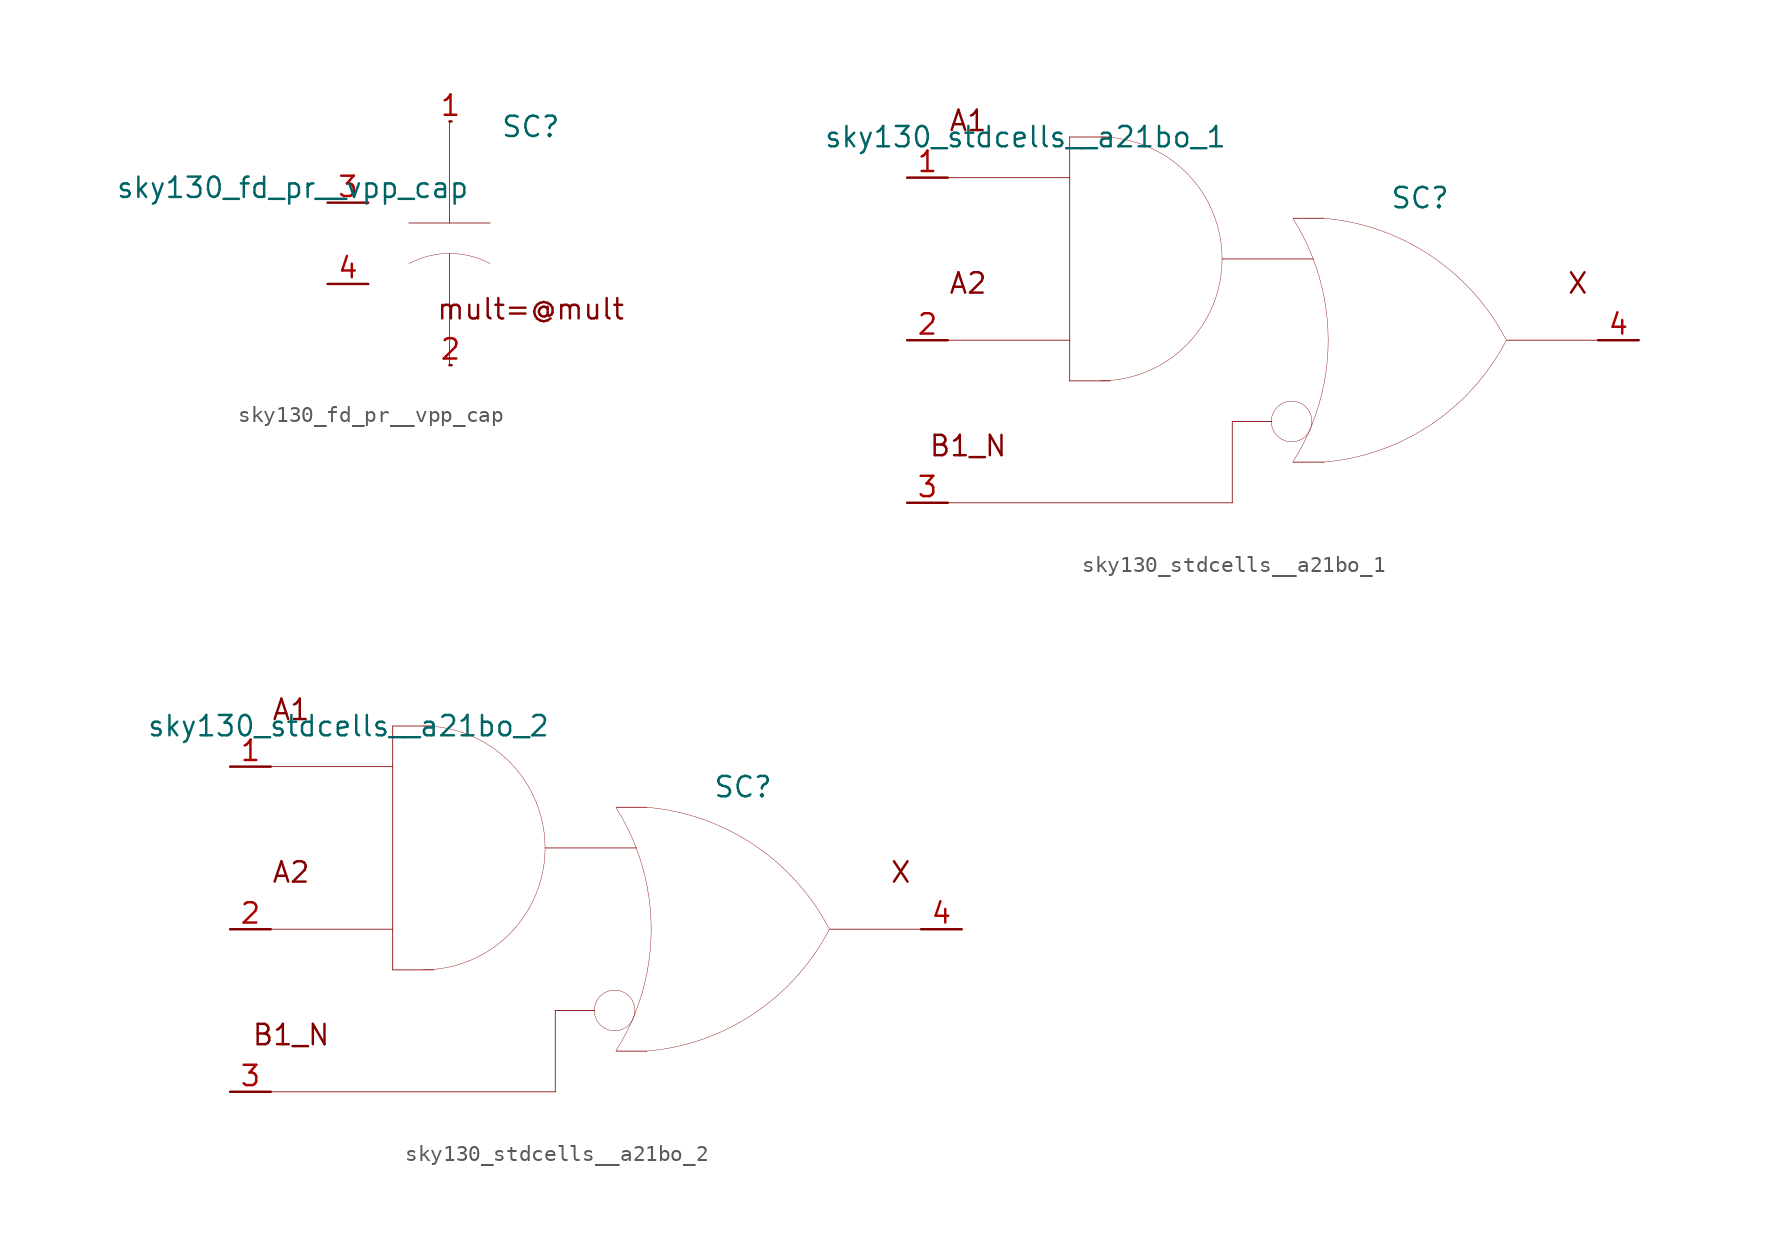
<source format=kicad_sym>
(kicad_symbol_lib
  (version 20211014)
  (generator kicad_symbol_editor)
  (symbol "sky130_fd_pr__vpp_cap"
    (pin_names hide)
    (property "Reference" "SC"
      (at 5.08 7.29 0)
      (effects (font (size 1.27 1.27))))
    (property "Value" "sky130_fd_pr__vpp_cap"
      (at 1.27 3.48 0)
      (effects (font (size 1.27 1.27)) (justify right)))
    (symbol "sky130_fd_pr__vpp_cap_0_0"
      (polyline (pts (xy -2.54 1.27) (xy 2.54 1.27)) (stroke (width 0.051) (type default) (color 0 0 0 0)) (fill (type none)))
      (polyline (pts (xy 0 -0.635) (xy 0 -7.62)) (stroke (width 0.051) (type default) (color 0 0 0 0)) (fill (type none)))
      (polyline (pts (xy 0 7.62) (xy 0 1.27)) (stroke (width 0.051) (type default) (color 0 0 0 0)) (fill (type none)))
      (arc (start 2.5363 -1.2697) (mid 0.0047 -0.635) (end -2.528 -1.2653) (stroke (width 0.0254) (type default) (color 0 0 0 0)) (fill (type none)))
      (text "mult=@mult" (at 5.08 -4.115 0) (effects (font (size 1.27 1.27)))))
    (symbol "sky130_fd_pr__vpp_cap_1_1"
      (pin bidirectional line (at 0 7.62 0) (length 0.127) (name "c0" (effects (font (size 1.092 1.092)))) (number "1" (effects (font (size 1.27 1.27)))))
      (pin bidirectional line (at 0 -7.62 0) (length 0.127) (name "c1" (effects (font (size 1.092 1.092)))) (number "2" (effects (font (size 1.27 1.27)))))
      (pin input line (at -7.62 2.54 0) (length 2.54) (name "top" (effects (font (size 1.092 1.092)))) (number "3" (effects (font (size 1.27 1.27)))))
      (pin input line (at -7.62 -2.54 0) (length 2.54) (name "sub" (effects (font (size 1.092 1.092)))) (number "4" (effects (font (size 1.27 1.27)))))))
  (symbol "sky130_stdcells__a21bo_1"
    (pin_names hide)
    (property "Reference" "SC"
      (at 9.195 8.89 0)
      (effects (font (size 1.27 1.27))))
    (property "Value" "sky130_stdcells__a21bo_1"
      (at -2.845 12.7 0)
      (effects (font (size 1.27 1.27)) (justify right)))
    (symbol "sky130_stdcells__a21bo_1_0_0"
      (arc (start -10.795 -2.54) (mid -8.8228 -2.2804) (end -6.985 -1.5191) (stroke (width 0.0254) (type default) (color 0 0 0 0)) (fill (type none)))
      (arc (start -6.985 -1.5191) (mid -5.4069 -0.3081) (end -4.1959 1.27) (stroke (width 0.0254) (type default) (color 0 0 0 0)) (fill (type none)))
      (arc (start -6.985 11.6791) (mid -8.8228 12.4403) (end -10.795 12.7) (stroke (width 0.0254) (type default) (color 0 0 0 0)) (fill (type none)))
      (arc (start -4.1959 1.27) (mid -3.4347 3.1078) (end -3.175 5.08) (stroke (width 0.0254) (type default) (color 0 0 0 0)) (fill (type none)))
      (arc (start -4.1959 8.89) (mid -5.4069 10.4681) (end -6.985 11.6791) (stroke (width 0.0254) (type default) (color 0 0 0 0)) (fill (type none)))
      (arc (start -3.175 5.08) (mid -3.4346 7.0522) (end -4.1959 8.89) (stroke (width 0.0254) (type default) (color 0 0 0 0)) (fill (type none)))
      (polyline (pts (xy -20.32 -10.16) (xy -2.54 -10.16)) (stroke (width 0.051) (type default) (color 0 0 0 0)) (fill (type none)))
      (polyline (pts (xy -20.32 0) (xy -12.7 0)) (stroke (width 0.051) (type default) (color 0 0 0 0)) (fill (type none)))
      (polyline (pts (xy -20.32 10.16) (xy -12.7 10.16)) (stroke (width 0.051) (type default) (color 0 0 0 0)) (fill (type none)))
      (polyline (pts (xy -12.7 -2.54) (xy -10.16 -2.54)) (stroke (width 0.051) (type default) (color 0 0 0 0)) (fill (type none)))
      (polyline (pts (xy -12.7 12.7) (xy -12.7 -2.54)) (stroke (width 0.051) (type default) (color 0 0 0 0)) (fill (type none)))
      (polyline (pts (xy -12.7 12.7) (xy -10.16 12.7)) (stroke (width 0.051) (type default) (color 0 0 0 0)) (fill (type none)))
      (polyline (pts (xy -3.175 5.08) (xy 2.54 5.08)) (stroke (width 0.051) (type default) (color 0 0 0 0)) (fill (type none)))
      (polyline (pts (xy -2.54 -5.08) (xy -2.54 -10.16)) (stroke (width 0.051) (type default) (color 0 0 0 0)) (fill (type none)))
      (polyline (pts (xy -2.54 -5.08) (xy -0.076 -5.08)) (stroke (width 0.051) (type default) (color 0 0 0 0)) (fill (type none)))
      (polyline (pts (xy 1.27 -7.62) (xy 3.175 -7.62)) (stroke (width 0.051) (type default) (color 0 0 0 0)) (fill (type none)))
      (polyline (pts (xy 1.27 7.62) (xy 3.175 7.62)) (stroke (width 0.051) (type default) (color 0 0 0 0)) (fill (type none)))
      (polyline (pts (xy 14.605 0) (xy 20.32 0)) (stroke (width 0.051) (type default) (color 0 0 0 0)) (fill (type none)))
      (arc (start 0.5334 -6.1799) (mid 1.8034 -6.1799) (end 2.4384 -5.08) (stroke (width 0.0254) (type default) (color 0 0 0 0)) (fill (type none)))
      (arc (start 0.5334 -3.9801) (mid -0.1016 -5.08) (end 0.5334 -6.1799) (stroke (width 0.0254) (type default) (color 0 0 0 0)) (fill (type none)))
      (arc (start 1.2495 -7.6142) (mid 1.907 -6.458) (end 2.4538 -5.2456) (stroke (width 0.0254) (type default) (color 0 0 0 0)) (fill (type none)))
      (arc (start 2.4384 -5.08) (mid 1.8034 -3.9802) (end 0.5334 -3.9801) (stroke (width 0.0254) (type default) (color 0 0 0 0)) (fill (type none)))
      (arc (start 2.4538 -5.2456) (mid 2.8887 -3.9755) (end 3.202 -2.6701) (stroke (width 0.0254) (type default) (color 0 0 0 0)) (fill (type none)))
      (arc (start 2.472 5.1993) (mid 1.9238 6.4248) (end 1.2627 7.5932) (stroke (width 0.0254) (type default) (color 0 0 0 0)) (fill (type none)))
      (arc (start 3.1446 -7.6231) (mid 9.8386 -5.2986) (end 14.5755 -0.0284) (stroke (width 0.0254) (type default) (color 0 0 0 0)) (fill (type none)))
      (arc (start 3.202 -2.6701) (mid 3.3912 -1.341) (end 3.4544 0) (stroke (width 0.0254) (type default) (color 0 0 0 0)) (fill (type none)))
      (arc (start 3.2066 2.6456) (mid 2.8989 3.9396) (end 2.472 5.1993) (stroke (width 0.0254) (type default) (color 0 0 0 0)) (fill (type none)))
      (arc (start 3.4544 0) (mid 3.3923 1.3286) (end 3.2066 2.6456) (stroke (width 0.0254) (type default) (color 0 0 0 0)) (fill (type none)))
      (arc (start 14.5983 -0.0156) (mid 9.8798 5.271) (end 3.194 7.6189) (stroke (width 0.0254) (type default) (color 0 0 0 0)) (fill (type none)))
      (text "A1" (at -19.05 13.716 0) (effects (font (size 1.27 1.27))))
      (text "A2" (at -19.05 3.556 0) (effects (font (size 1.27 1.27))))
      (text "B1_N" (at -19.05 -6.604 0) (effects (font (size 1.27 1.27))))
      (text "X" (at 19.05 3.556 0) (effects (font (size 1.27 1.27)))))
    (symbol "sky130_stdcells__a21bo_1_1_1"
      (pin input line (at -22.86 10.16 0) (length 2.54) (name "A1" (effects (font (size 1.092 1.092)))) (number "1" (effects (font (size 1.27 1.27)))))
      (pin input line (at -22.86 0 0) (length 2.54) (name "A2" (effects (font (size 1.092 1.092)))) (number "2" (effects (font (size 1.27 1.27)))))
      (pin input line (at -22.86 -10.16 0) (length 2.54) (name "B1_N" (effects (font (size 1.092 1.092)))) (number "3" (effects (font (size 1.27 1.27)))))
      (pin output line (at 22.86 0 180) (length 2.54) (name "X" (effects (font (size 1.092 1.092)))) (number "4" (effects (font (size 1.27 1.27)))))))
  (symbol "sky130_stdcells__a21bo_2"
    (pin_names hide)
    (property "Reference" "SC"
      (at 9.195 8.89 0)
      (effects (font (size 1.27 1.27))))
    (property "Value" "sky130_stdcells__a21bo_2"
      (at -2.845 12.7 0)
      (effects (font (size 1.27 1.27)) (justify right)))
    (symbol "sky130_stdcells__a21bo_2_0_0"
      (arc (start -10.795 -2.54) (mid -8.8228 -2.2804) (end -6.985 -1.5191) (stroke (width 0.0254) (type default) (color 0 0 0 0)) (fill (type none)))
      (arc (start -6.985 -1.5191) (mid -5.4069 -0.3081) (end -4.1959 1.27) (stroke (width 0.0254) (type default) (color 0 0 0 0)) (fill (type none)))
      (arc (start -6.985 11.6791) (mid -8.8228 12.4403) (end -10.795 12.7) (stroke (width 0.0254) (type default) (color 0 0 0 0)) (fill (type none)))
      (arc (start -4.1959 1.27) (mid -3.4347 3.1078) (end -3.175 5.08) (stroke (width 0.0254) (type default) (color 0 0 0 0)) (fill (type none)))
      (arc (start -4.1959 8.89) (mid -5.4069 10.4681) (end -6.985 11.6791) (stroke (width 0.0254) (type default) (color 0 0 0 0)) (fill (type none)))
      (arc (start -3.175 5.08) (mid -3.4346 7.0522) (end -4.1959 8.89) (stroke (width 0.0254) (type default) (color 0 0 0 0)) (fill (type none)))
      (polyline (pts (xy -20.32 -10.16) (xy -2.54 -10.16)) (stroke (width 0.051) (type default) (color 0 0 0 0)) (fill (type none)))
      (polyline (pts (xy -20.32 0) (xy -12.7 0)) (stroke (width 0.051) (type default) (color 0 0 0 0)) (fill (type none)))
      (polyline (pts (xy -20.32 10.16) (xy -12.7 10.16)) (stroke (width 0.051) (type default) (color 0 0 0 0)) (fill (type none)))
      (polyline (pts (xy -12.7 -2.54) (xy -10.16 -2.54)) (stroke (width 0.051) (type default) (color 0 0 0 0)) (fill (type none)))
      (polyline (pts (xy -12.7 12.7) (xy -12.7 -2.54)) (stroke (width 0.051) (type default) (color 0 0 0 0)) (fill (type none)))
      (polyline (pts (xy -12.7 12.7) (xy -10.16 12.7)) (stroke (width 0.051) (type default) (color 0 0 0 0)) (fill (type none)))
      (polyline (pts (xy -3.175 5.08) (xy 2.54 5.08)) (stroke (width 0.051) (type default) (color 0 0 0 0)) (fill (type none)))
      (polyline (pts (xy -2.54 -5.08) (xy -2.54 -10.16)) (stroke (width 0.051) (type default) (color 0 0 0 0)) (fill (type none)))
      (polyline (pts (xy -2.54 -5.08) (xy -0.076 -5.08)) (stroke (width 0.051) (type default) (color 0 0 0 0)) (fill (type none)))
      (polyline (pts (xy 1.27 -7.62) (xy 3.175 -7.62)) (stroke (width 0.051) (type default) (color 0 0 0 0)) (fill (type none)))
      (polyline (pts (xy 1.27 7.62) (xy 3.175 7.62)) (stroke (width 0.051) (type default) (color 0 0 0 0)) (fill (type none)))
      (polyline (pts (xy 14.605 0) (xy 20.32 0)) (stroke (width 0.051) (type default) (color 0 0 0 0)) (fill (type none)))
      (arc (start 0.5334 -6.1799) (mid 1.8034 -6.1799) (end 2.4384 -5.08) (stroke (width 0.0254) (type default) (color 0 0 0 0)) (fill (type none)))
      (arc (start 0.5334 -3.9801) (mid -0.1016 -5.08) (end 0.5334 -6.1799) (stroke (width 0.0254) (type default) (color 0 0 0 0)) (fill (type none)))
      (arc (start 1.2495 -7.6142) (mid 1.907 -6.458) (end 2.4538 -5.2456) (stroke (width 0.0254) (type default) (color 0 0 0 0)) (fill (type none)))
      (arc (start 2.4384 -5.08) (mid 1.8034 -3.9802) (end 0.5334 -3.9801) (stroke (width 0.0254) (type default) (color 0 0 0 0)) (fill (type none)))
      (arc (start 2.4538 -5.2456) (mid 2.8887 -3.9755) (end 3.202 -2.6701) (stroke (width 0.0254) (type default) (color 0 0 0 0)) (fill (type none)))
      (arc (start 2.472 5.1993) (mid 1.9238 6.4248) (end 1.2627 7.5932) (stroke (width 0.0254) (type default) (color 0 0 0 0)) (fill (type none)))
      (arc (start 3.1446 -7.6231) (mid 9.8386 -5.2986) (end 14.5755 -0.0284) (stroke (width 0.0254) (type default) (color 0 0 0 0)) (fill (type none)))
      (arc (start 3.202 -2.6701) (mid 3.3912 -1.341) (end 3.4544 0) (stroke (width 0.0254) (type default) (color 0 0 0 0)) (fill (type none)))
      (arc (start 3.2066 2.6456) (mid 2.8989 3.9396) (end 2.472 5.1993) (stroke (width 0.0254) (type default) (color 0 0 0 0)) (fill (type none)))
      (arc (start 3.4544 0) (mid 3.3923 1.3286) (end 3.2066 2.6456) (stroke (width 0.0254) (type default) (color 0 0 0 0)) (fill (type none)))
      (arc (start 14.5983 -0.0156) (mid 9.8798 5.271) (end 3.194 7.6189) (stroke (width 0.0254) (type default) (color 0 0 0 0)) (fill (type none)))
      (text "A1" (at -19.05 13.716 0) (effects (font (size 1.27 1.27))))
      (text "A2" (at -19.05 3.556 0) (effects (font (size 1.27 1.27))))
      (text "B1_N" (at -19.05 -6.604 0) (effects (font (size 1.27 1.27))))
      (text "X" (at 19.05 3.556 0) (effects (font (size 1.27 1.27)))))
    (symbol "sky130_stdcells__a21bo_2_1_1"
      (pin input line (at -22.86 10.16 0) (length 2.54) (name "A1" (effects (font (size 1.092 1.092)))) (number "1" (effects (font (size 1.27 1.27)))))
      (pin input line (at -22.86 0 0) (length 2.54) (name "A2" (effects (font (size 1.092 1.092)))) (number "2" (effects (font (size 1.27 1.27)))))
      (pin input line (at -22.86 -10.16 0) (length 2.54) (name "B1_N" (effects (font (size 1.092 1.092)))) (number "3" (effects (font (size 1.27 1.27)))))
      (pin output line (at 22.86 0 180) (length 2.54) (name "X" (effects (font (size 1.092 1.092)))) (number "4" (effects (font (size 1.27 1.27))))))))
</source>
